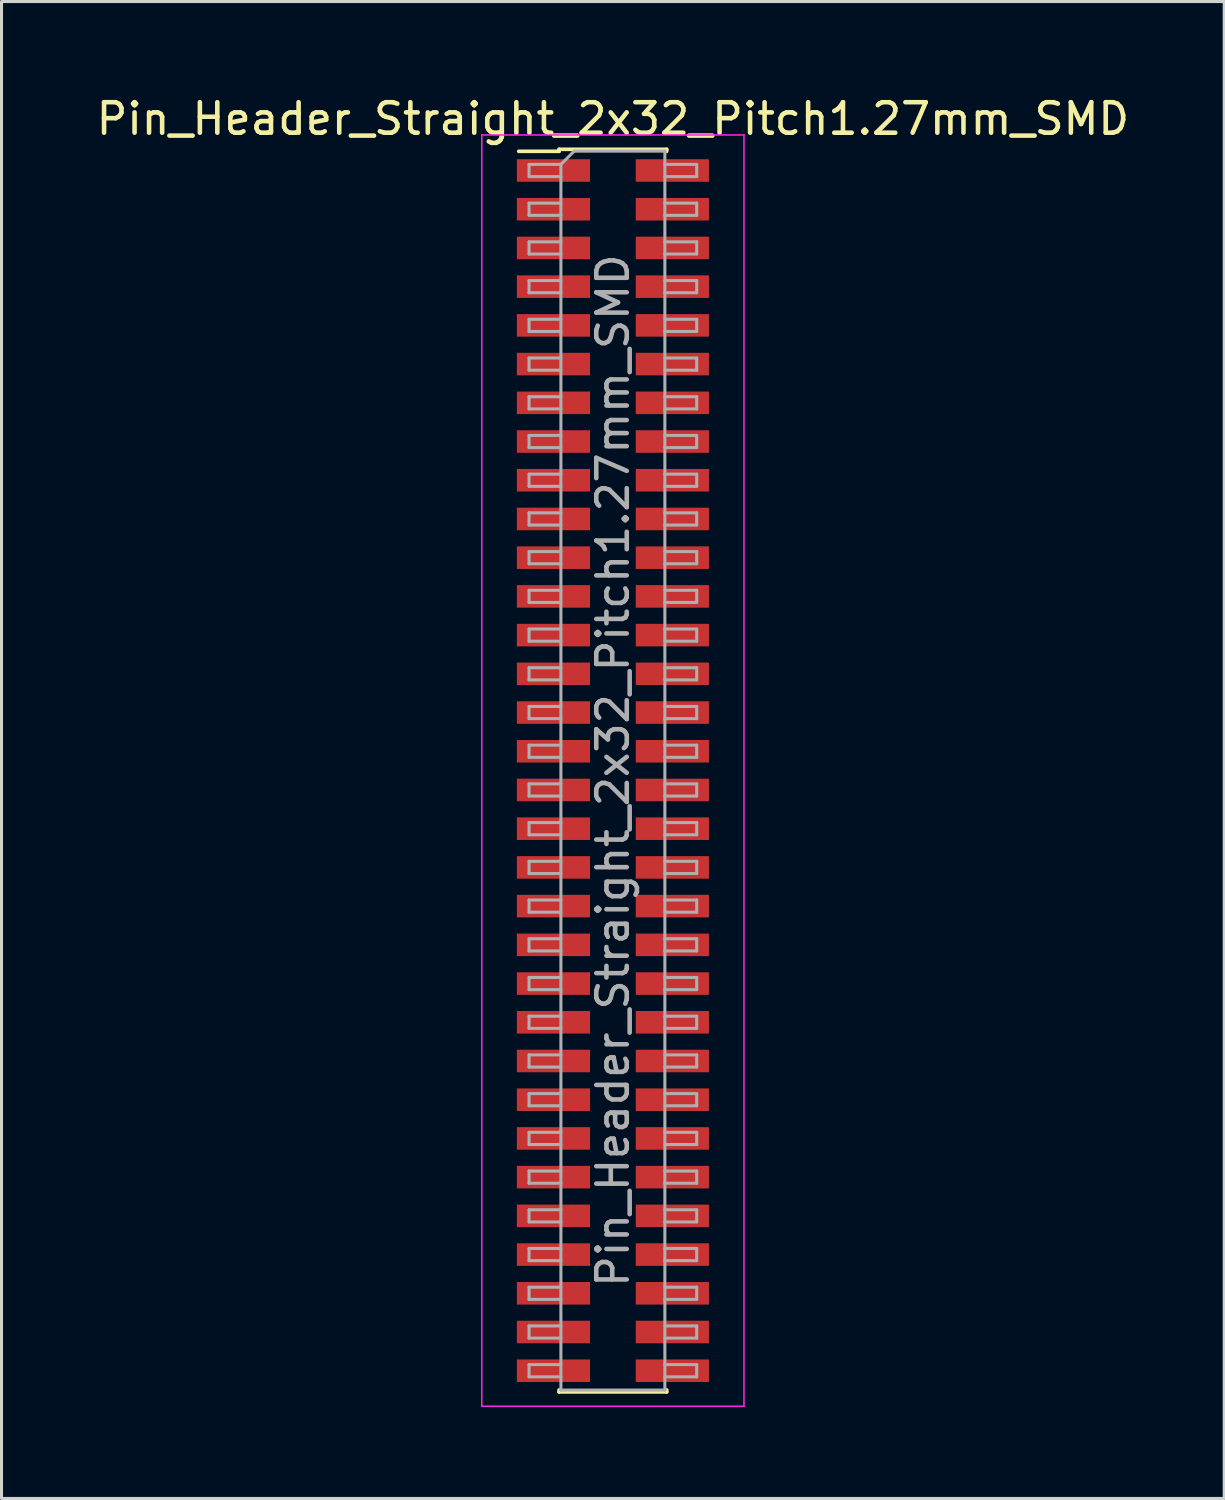
<source format=kicad_pcb>
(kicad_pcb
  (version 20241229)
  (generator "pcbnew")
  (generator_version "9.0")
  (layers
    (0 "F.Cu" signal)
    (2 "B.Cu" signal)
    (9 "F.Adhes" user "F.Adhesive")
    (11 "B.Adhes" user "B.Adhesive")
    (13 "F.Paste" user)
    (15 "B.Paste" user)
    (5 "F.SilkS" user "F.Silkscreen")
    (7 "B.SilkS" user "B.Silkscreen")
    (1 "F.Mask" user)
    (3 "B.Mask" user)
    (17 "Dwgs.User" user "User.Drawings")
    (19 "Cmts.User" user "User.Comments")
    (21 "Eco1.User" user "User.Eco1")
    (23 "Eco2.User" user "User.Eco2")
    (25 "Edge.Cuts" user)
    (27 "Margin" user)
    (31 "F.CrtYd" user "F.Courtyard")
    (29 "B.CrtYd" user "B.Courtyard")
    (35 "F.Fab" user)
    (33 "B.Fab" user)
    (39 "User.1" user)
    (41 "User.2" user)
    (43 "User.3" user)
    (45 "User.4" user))
  (footprint "Pin_Header_Straight_2x32_Pitch1.27mm_SMD"
    (layer "F.Cu")
    (at 17.054 22.228)
    (property "Reference" "Pin_Header_Straight_2x32_Pitch1.27mm_SMD" (at 0 -21.38 0) (layer "F.SilkS") (effects (font (size 1 1) (thickness 0.15))))
    (attr smd)
    (fp_line (start -3.09 -20.315) (end -1.765 -20.315) (stroke (width 0.12) (type solid)) (layer "F.SilkS"))
    (fp_line (start -1.765 -20.38) (end -1.765 -20.315) (stroke (width 0.12) (type solid)) (layer "F.SilkS"))
    (fp_line (start -1.765 -20.38) (end 1.765 -20.38) (stroke (width 0.12) (type solid)) (layer "F.SilkS"))
    (fp_line (start -1.765 20.315) (end -1.765 20.38) (stroke (width 0.12) (type solid)) (layer "F.SilkS"))
    (fp_line (start -1.765 20.38) (end 1.765 20.38) (stroke (width 0.12) (type solid)) (layer "F.SilkS"))
    (fp_line (start 1.765 -20.38) (end 1.765 -20.315) (stroke (width 0.12) (type solid)) (layer "F.SilkS"))
    (fp_line (start 1.765 20.315) (end 1.765 20.38) (stroke (width 0.12) (type solid)) (layer "F.SilkS"))
    (fp_line (start -4.3 -20.85) (end -4.3 20.85) (stroke (width 0.05) (type solid)) (layer "F.CrtYd"))
    (fp_line (start -4.3 20.85) (end 4.3 20.85) (stroke (width 0.05) (type solid)) (layer "F.CrtYd"))
    (fp_line (start 4.3 -20.85) (end -4.3 -20.85) (stroke (width 0.05) (type solid)) (layer "F.CrtYd"))
    (fp_line (start 4.3 20.85) (end 4.3 -20.85) (stroke (width 0.05) (type solid)) (layer "F.CrtYd"))
    (fp_line (start -2.75 -19.885) (end -2.75 -19.485) (stroke (width 0.1) (type solid)) (layer "F.Fab"))
    (fp_line (start -2.75 -19.485) (end -1.705 -19.485) (stroke (width 0.1) (type solid)) (layer "F.Fab"))
    (fp_line (start -2.75 -18.615) (end -2.75 -18.215) (stroke (width 0.1) (type solid)) (layer "F.Fab"))
    (fp_line (start -2.75 -18.215) (end -1.705 -18.215) (stroke (width 0.1) (type solid)) (layer "F.Fab"))
    (fp_line (start -2.75 -17.345) (end -2.75 -16.945) (stroke (width 0.1) (type solid)) (layer "F.Fab"))
    (fp_line (start -2.75 -16.945) (end -1.705 -16.945) (stroke (width 0.1) (type solid)) (layer "F.Fab"))
    (fp_line (start -2.75 -16.075) (end -2.75 -15.675) (stroke (width 0.1) (type solid)) (layer "F.Fab"))
    (fp_line (start -2.75 -15.675) (end -1.705 -15.675) (stroke (width 0.1) (type solid)) (layer "F.Fab"))
    (fp_line (start -2.75 -14.805) (end -2.75 -14.405) (stroke (width 0.1) (type solid)) (layer "F.Fab"))
    (fp_line (start -2.75 -14.405) (end -1.705 -14.405) (stroke (width 0.1) (type solid)) (layer "F.Fab"))
    (fp_line (start -2.75 -13.535) (end -2.75 -13.135) (stroke (width 0.1) (type solid)) (layer "F.Fab"))
    (fp_line (start -2.75 -13.135) (end -1.705 -13.135) (stroke (width 0.1) (type solid)) (layer "F.Fab"))
    (fp_line (start -2.75 -12.265) (end -2.75 -11.865) (stroke (width 0.1) (type solid)) (layer "F.Fab"))
    (fp_line (start -2.75 -11.865) (end -1.705 -11.865) (stroke (width 0.1) (type solid)) (layer "F.Fab"))
    (fp_line (start -2.75 -10.995) (end -2.75 -10.595) (stroke (width 0.1) (type solid)) (layer "F.Fab"))
    (fp_line (start -2.75 -10.595) (end -1.705 -10.595) (stroke (width 0.1) (type solid)) (layer "F.Fab"))
    (fp_line (start -2.75 -9.725) (end -2.75 -9.325) (stroke (width 0.1) (type solid)) (layer "F.Fab"))
    (fp_line (start -2.75 -9.325) (end -1.705 -9.325) (stroke (width 0.1) (type solid)) (layer "F.Fab"))
    (fp_line (start -2.75 -8.455) (end -2.75 -8.055) (stroke (width 0.1) (type solid)) (layer "F.Fab"))
    (fp_line (start -2.75 -8.055) (end -1.705 -8.055) (stroke (width 0.1) (type solid)) (layer "F.Fab"))
    (fp_line (start -2.75 -7.185) (end -2.75 -6.785) (stroke (width 0.1) (type solid)) (layer "F.Fab"))
    (fp_line (start -2.75 -6.785) (end -1.705 -6.785) (stroke (width 0.1) (type solid)) (layer "F.Fab"))
    (fp_line (start -2.75 -5.915) (end -2.75 -5.515) (stroke (width 0.1) (type solid)) (layer "F.Fab"))
    (fp_line (start -2.75 -5.515) (end -1.705 -5.515) (stroke (width 0.1) (type solid)) (layer "F.Fab"))
    (fp_line (start -2.75 -4.645) (end -2.75 -4.245) (stroke (width 0.1) (type solid)) (layer "F.Fab"))
    (fp_line (start -2.75 -4.245) (end -1.705 -4.245) (stroke (width 0.1) (type solid)) (layer "F.Fab"))
    (fp_line (start -2.75 -3.375) (end -2.75 -2.975) (stroke (width 0.1) (type solid)) (layer "F.Fab"))
    (fp_line (start -2.75 -2.975) (end -1.705 -2.975) (stroke (width 0.1) (type solid)) (layer "F.Fab"))
    (fp_line (start -2.75 -2.105) (end -2.75 -1.705) (stroke (width 0.1) (type solid)) (layer "F.Fab"))
    (fp_line (start -2.75 -1.705) (end -1.705 -1.705) (stroke (width 0.1) (type solid)) (layer "F.Fab"))
    (fp_line (start -2.75 -0.835) (end -2.75 -0.435) (stroke (width 0.1) (type solid)) (layer "F.Fab"))
    (fp_line (start -2.75 -0.435) (end -1.705 -0.435) (stroke (width 0.1) (type solid)) (layer "F.Fab"))
    (fp_line (start -2.75 0.435) (end -2.75 0.835) (stroke (width 0.1) (type solid)) (layer "F.Fab"))
    (fp_line (start -2.75 0.835) (end -1.705 0.835) (stroke (width 0.1) (type solid)) (layer "F.Fab"))
    (fp_line (start -2.75 1.705) (end -2.75 2.105) (stroke (width 0.1) (type solid)) (layer "F.Fab"))
    (fp_line (start -2.75 2.105) (end -1.705 2.105) (stroke (width 0.1) (type solid)) (layer "F.Fab"))
    (fp_line (start -2.75 2.975) (end -2.75 3.375) (stroke (width 0.1) (type solid)) (layer "F.Fab"))
    (fp_line (start -2.75 3.375) (end -1.705 3.375) (stroke (width 0.1) (type solid)) (layer "F.Fab"))
    (fp_line (start -2.75 4.245) (end -2.75 4.645) (stroke (width 0.1) (type solid)) (layer "F.Fab"))
    (fp_line (start -2.75 4.645) (end -1.705 4.645) (stroke (width 0.1) (type solid)) (layer "F.Fab"))
    (fp_line (start -2.75 5.515) (end -2.75 5.915) (stroke (width 0.1) (type solid)) (layer "F.Fab"))
    (fp_line (start -2.75 5.915) (end -1.705 5.915) (stroke (width 0.1) (type solid)) (layer "F.Fab"))
    (fp_line (start -2.75 6.785) (end -2.75 7.185) (stroke (width 0.1) (type solid)) (layer "F.Fab"))
    (fp_line (start -2.75 7.185) (end -1.705 7.185) (stroke (width 0.1) (type solid)) (layer "F.Fab"))
    (fp_line (start -2.75 8.055) (end -2.75 8.455) (stroke (width 0.1) (type solid)) (layer "F.Fab"))
    (fp_line (start -2.75 8.455) (end -1.705 8.455) (stroke (width 0.1) (type solid)) (layer "F.Fab"))
    (fp_line (start -2.75 9.325) (end -2.75 9.725) (stroke (width 0.1) (type solid)) (layer "F.Fab"))
    (fp_line (start -2.75 9.725) (end -1.705 9.725) (stroke (width 0.1) (type solid)) (layer "F.Fab"))
    (fp_line (start -2.75 10.595) (end -2.75 10.995) (stroke (width 0.1) (type solid)) (layer "F.Fab"))
    (fp_line (start -2.75 10.995) (end -1.705 10.995) (stroke (width 0.1) (type solid)) (layer "F.Fab"))
    (fp_line (start -2.75 11.865) (end -2.75 12.265) (stroke (width 0.1) (type solid)) (layer "F.Fab"))
    (fp_line (start -2.75 12.265) (end -1.705 12.265) (stroke (width 0.1) (type solid)) (layer "F.Fab"))
    (fp_line (start -2.75 13.135) (end -2.75 13.535) (stroke (width 0.1) (type solid)) (layer "F.Fab"))
    (fp_line (start -2.75 13.535) (end -1.705 13.535) (stroke (width 0.1) (type solid)) (layer "F.Fab"))
    (fp_line (start -2.75 14.405) (end -2.75 14.805) (stroke (width 0.1) (type solid)) (layer "F.Fab"))
    (fp_line (start -2.75 14.805) (end -1.705 14.805) (stroke (width 0.1) (type solid)) (layer "F.Fab"))
    (fp_line (start -2.75 15.675) (end -2.75 16.075) (stroke (width 0.1) (type solid)) (layer "F.Fab"))
    (fp_line (start -2.75 16.075) (end -1.705 16.075) (stroke (width 0.1) (type solid)) (layer "F.Fab"))
    (fp_line (start -2.75 16.945) (end -2.75 17.345) (stroke (width 0.1) (type solid)) (layer "F.Fab"))
    (fp_line (start -2.75 17.345) (end -1.705 17.345) (stroke (width 0.1) (type solid)) (layer "F.Fab"))
    (fp_line (start -2.75 18.215) (end -2.75 18.615) (stroke (width 0.1) (type solid)) (layer "F.Fab"))
    (fp_line (start -2.75 18.615) (end -1.705 18.615) (stroke (width 0.1) (type solid)) (layer "F.Fab"))
    (fp_line (start -2.75 19.485) (end -2.75 19.885) (stroke (width 0.1) (type solid)) (layer "F.Fab"))
    (fp_line (start -2.75 19.885) (end -1.705 19.885) (stroke (width 0.1) (type solid)) (layer "F.Fab"))
    (fp_line (start -1.705 -19.885) (end -2.75 -19.885) (stroke (width 0.1) (type solid)) (layer "F.Fab"))
    (fp_line (start -1.705 -19.885) (end -1.27 -20.32) (stroke (width 0.1) (type solid)) (layer "F.Fab"))
    (fp_line (start -1.705 -18.615) (end -2.75 -18.615) (stroke (width 0.1) (type solid)) (layer "F.Fab"))
    (fp_line (start -1.705 -17.345) (end -2.75 -17.345) (stroke (width 0.1) (type solid)) (layer "F.Fab"))
    (fp_line (start -1.705 -16.075) (end -2.75 -16.075) (stroke (width 0.1) (type solid)) (layer "F.Fab"))
    (fp_line (start -1.705 -14.805) (end -2.75 -14.805) (stroke (width 0.1) (type solid)) (layer "F.Fab"))
    (fp_line (start -1.705 -13.535) (end -2.75 -13.535) (stroke (width 0.1) (type solid)) (layer "F.Fab"))
    (fp_line (start -1.705 -12.265) (end -2.75 -12.265) (stroke (width 0.1) (type solid)) (layer "F.Fab"))
    (fp_line (start -1.705 -10.995) (end -2.75 -10.995) (stroke (width 0.1) (type solid)) (layer "F.Fab"))
    (fp_line (start -1.705 -9.725) (end -2.75 -9.725) (stroke (width 0.1) (type solid)) (layer "F.Fab"))
    (fp_line (start -1.705 -8.455) (end -2.75 -8.455) (stroke (width 0.1) (type solid)) (layer "F.Fab"))
    (fp_line (start -1.705 -7.185) (end -2.75 -7.185) (stroke (width 0.1) (type solid)) (layer "F.Fab"))
    (fp_line (start -1.705 -5.915) (end -2.75 -5.915) (stroke (width 0.1) (type solid)) (layer "F.Fab"))
    (fp_line (start -1.705 -4.645) (end -2.75 -4.645) (stroke (width 0.1) (type solid)) (layer "F.Fab"))
    (fp_line (start -1.705 -3.375) (end -2.75 -3.375) (stroke (width 0.1) (type solid)) (layer "F.Fab"))
    (fp_line (start -1.705 -2.105) (end -2.75 -2.105) (stroke (width 0.1) (type solid)) (layer "F.Fab"))
    (fp_line (start -1.705 -0.835) (end -2.75 -0.835) (stroke (width 0.1) (type solid)) (layer "F.Fab"))
    (fp_line (start -1.705 0.435) (end -2.75 0.435) (stroke (width 0.1) (type solid)) (layer "F.Fab"))
    (fp_line (start -1.705 1.705) (end -2.75 1.705) (stroke (width 0.1) (type solid)) (layer "F.Fab"))
    (fp_line (start -1.705 2.975) (end -2.75 2.975) (stroke (width 0.1) (type solid)) (layer "F.Fab"))
    (fp_line (start -1.705 4.245) (end -2.75 4.245) (stroke (width 0.1) (type solid)) (layer "F.Fab"))
    (fp_line (start -1.705 5.515) (end -2.75 5.515) (stroke (width 0.1) (type solid)) (layer "F.Fab"))
    (fp_line (start -1.705 6.785) (end -2.75 6.785) (stroke (width 0.1) (type solid)) (layer "F.Fab"))
    (fp_line (start -1.705 8.055) (end -2.75 8.055) (stroke (width 0.1) (type solid)) (layer "F.Fab"))
    (fp_line (start -1.705 9.325) (end -2.75 9.325) (stroke (width 0.1) (type solid)) (layer "F.Fab"))
    (fp_line (start -1.705 10.595) (end -2.75 10.595) (stroke (width 0.1) (type solid)) (layer "F.Fab"))
    (fp_line (start -1.705 11.865) (end -2.75 11.865) (stroke (width 0.1) (type solid)) (layer "F.Fab"))
    (fp_line (start -1.705 13.135) (end -2.75 13.135) (stroke (width 0.1) (type solid)) (layer "F.Fab"))
    (fp_line (start -1.705 14.405) (end -2.75 14.405) (stroke (width 0.1) (type solid)) (layer "F.Fab"))
    (fp_line (start -1.705 15.675) (end -2.75 15.675) (stroke (width 0.1) (type solid)) (layer "F.Fab"))
    (fp_line (start -1.705 16.945) (end -2.75 16.945) (stroke (width 0.1) (type solid)) (layer "F.Fab"))
    (fp_line (start -1.705 18.215) (end -2.75 18.215) (stroke (width 0.1) (type solid)) (layer "F.Fab"))
    (fp_line (start -1.705 19.485) (end -2.75 19.485) (stroke (width 0.1) (type solid)) (layer "F.Fab"))
    (fp_line (start -1.705 20.32) (end -1.705 -19.885) (stroke (width 0.1) (type solid)) (layer "F.Fab"))
    (fp_line (start -1.27 -20.32) (end 1.705 -20.32) (stroke (width 0.1) (type solid)) (layer "F.Fab"))
    (fp_line (start 1.705 -20.32) (end 1.705 20.32) (stroke (width 0.1) (type solid)) (layer "F.Fab"))
    (fp_line (start 1.705 -19.885) (end 2.75 -19.885) (stroke (width 0.1) (type solid)) (layer "F.Fab"))
    (fp_line (start 1.705 -18.615) (end 2.75 -18.615) (stroke (width 0.1) (type solid)) (layer "F.Fab"))
    (fp_line (start 1.705 -17.345) (end 2.75 -17.345) (stroke (width 0.1) (type solid)) (layer "F.Fab"))
    (fp_line (start 1.705 -16.075) (end 2.75 -16.075) (stroke (width 0.1) (type solid)) (layer "F.Fab"))
    (fp_line (start 1.705 -14.805) (end 2.75 -14.805) (stroke (width 0.1) (type solid)) (layer "F.Fab"))
    (fp_line (start 1.705 -13.535) (end 2.75 -13.535) (stroke (width 0.1) (type solid)) (layer "F.Fab"))
    (fp_line (start 1.705 -12.265) (end 2.75 -12.265) (stroke (width 0.1) (type solid)) (layer "F.Fab"))
    (fp_line (start 1.705 -10.995) (end 2.75 -10.995) (stroke (width 0.1) (type solid)) (layer "F.Fab"))
    (fp_line (start 1.705 -9.725) (end 2.75 -9.725) (stroke (width 0.1) (type solid)) (layer "F.Fab"))
    (fp_line (start 1.705 -8.455) (end 2.75 -8.455) (stroke (width 0.1) (type solid)) (layer "F.Fab"))
    (fp_line (start 1.705 -7.185) (end 2.75 -7.185) (stroke (width 0.1) (type solid)) (layer "F.Fab"))
    (fp_line (start 1.705 -5.915) (end 2.75 -5.915) (stroke (width 0.1) (type solid)) (layer "F.Fab"))
    (fp_line (start 1.705 -4.645) (end 2.75 -4.645) (stroke (width 0.1) (type solid)) (layer "F.Fab"))
    (fp_line (start 1.705 -3.375) (end 2.75 -3.375) (stroke (width 0.1) (type solid)) (layer "F.Fab"))
    (fp_line (start 1.705 -2.105) (end 2.75 -2.105) (stroke (width 0.1) (type solid)) (layer "F.Fab"))
    (fp_line (start 1.705 -0.835) (end 2.75 -0.835) (stroke (width 0.1) (type solid)) (layer "F.Fab"))
    (fp_line (start 1.705 0.435) (end 2.75 0.435) (stroke (width 0.1) (type solid)) (layer "F.Fab"))
    (fp_line (start 1.705 1.705) (end 2.75 1.705) (stroke (width 0.1) (type solid)) (layer "F.Fab"))
    (fp_line (start 1.705 2.975) (end 2.75 2.975) (stroke (width 0.1) (type solid)) (layer "F.Fab"))
    (fp_line (start 1.705 4.245) (end 2.75 4.245) (stroke (width 0.1) (type solid)) (layer "F.Fab"))
    (fp_line (start 1.705 5.515) (end 2.75 5.515) (stroke (width 0.1) (type solid)) (layer "F.Fab"))
    (fp_line (start 1.705 6.785) (end 2.75 6.785) (stroke (width 0.1) (type solid)) (layer "F.Fab"))
    (fp_line (start 1.705 8.055) (end 2.75 8.055) (stroke (width 0.1) (type solid)) (layer "F.Fab"))
    (fp_line (start 1.705 9.325) (end 2.75 9.325) (stroke (width 0.1) (type solid)) (layer "F.Fab"))
    (fp_line (start 1.705 10.595) (end 2.75 10.595) (stroke (width 0.1) (type solid)) (layer "F.Fab"))
    (fp_line (start 1.705 11.865) (end 2.75 11.865) (stroke (width 0.1) (type solid)) (layer "F.Fab"))
    (fp_line (start 1.705 13.135) (end 2.75 13.135) (stroke (width 0.1) (type solid)) (layer "F.Fab"))
    (fp_line (start 1.705 14.405) (end 2.75 14.405) (stroke (width 0.1) (type solid)) (layer "F.Fab"))
    (fp_line (start 1.705 15.675) (end 2.75 15.675) (stroke (width 0.1) (type solid)) (layer "F.Fab"))
    (fp_line (start 1.705 16.945) (end 2.75 16.945) (stroke (width 0.1) (type solid)) (layer "F.Fab"))
    (fp_line (start 1.705 18.215) (end 2.75 18.215) (stroke (width 0.1) (type solid)) (layer "F.Fab"))
    (fp_line (start 1.705 19.485) (end 2.75 19.485) (stroke (width 0.1) (type solid)) (layer "F.Fab"))
    (fp_line (start 1.705 20.32) (end -1.705 20.32) (stroke (width 0.1) (type solid)) (layer "F.Fab"))
    (fp_line (start 2.75 -19.885) (end 2.75 -19.485) (stroke (width 0.1) (type solid)) (layer "F.Fab"))
    (fp_line (start 2.75 -19.485) (end 1.705 -19.485) (stroke (width 0.1) (type solid)) (layer "F.Fab"))
    (fp_line (start 2.75 -18.615) (end 2.75 -18.215) (stroke (width 0.1) (type solid)) (layer "F.Fab"))
    (fp_line (start 2.75 -18.215) (end 1.705 -18.215) (stroke (width 0.1) (type solid)) (layer "F.Fab"))
    (fp_line (start 2.75 -17.345) (end 2.75 -16.945) (stroke (width 0.1) (type solid)) (layer "F.Fab"))
    (fp_line (start 2.75 -16.945) (end 1.705 -16.945) (stroke (width 0.1) (type solid)) (layer "F.Fab"))
    (fp_line (start 2.75 -16.075) (end 2.75 -15.675) (stroke (width 0.1) (type solid)) (layer "F.Fab"))
    (fp_line (start 2.75 -15.675) (end 1.705 -15.675) (stroke (width 0.1) (type solid)) (layer "F.Fab"))
    (fp_line (start 2.75 -14.805) (end 2.75 -14.405) (stroke (width 0.1) (type solid)) (layer "F.Fab"))
    (fp_line (start 2.75 -14.405) (end 1.705 -14.405) (stroke (width 0.1) (type solid)) (layer "F.Fab"))
    (fp_line (start 2.75 -13.535) (end 2.75 -13.135) (stroke (width 0.1) (type solid)) (layer "F.Fab"))
    (fp_line (start 2.75 -13.135) (end 1.705 -13.135) (stroke (width 0.1) (type solid)) (layer "F.Fab"))
    (fp_line (start 2.75 -12.265) (end 2.75 -11.865) (stroke (width 0.1) (type solid)) (layer "F.Fab"))
    (fp_line (start 2.75 -11.865) (end 1.705 -11.865) (stroke (width 0.1) (type solid)) (layer "F.Fab"))
    (fp_line (start 2.75 -10.995) (end 2.75 -10.595) (stroke (width 0.1) (type solid)) (layer "F.Fab"))
    (fp_line (start 2.75 -10.595) (end 1.705 -10.595) (stroke (width 0.1) (type solid)) (layer "F.Fab"))
    (fp_line (start 2.75 -9.725) (end 2.75 -9.325) (stroke (width 0.1) (type solid)) (layer "F.Fab"))
    (fp_line (start 2.75 -9.325) (end 1.705 -9.325) (stroke (width 0.1) (type solid)) (layer "F.Fab"))
    (fp_line (start 2.75 -8.455) (end 2.75 -8.055) (stroke (width 0.1) (type solid)) (layer "F.Fab"))
    (fp_line (start 2.75 -8.055) (end 1.705 -8.055) (stroke (width 0.1) (type solid)) (layer "F.Fab"))
    (fp_line (start 2.75 -7.185) (end 2.75 -6.785) (stroke (width 0.1) (type solid)) (layer "F.Fab"))
    (fp_line (start 2.75 -6.785) (end 1.705 -6.785) (stroke (width 0.1) (type solid)) (layer "F.Fab"))
    (fp_line (start 2.75 -5.915) (end 2.75 -5.515) (stroke (width 0.1) (type solid)) (layer "F.Fab"))
    (fp_line (start 2.75 -5.515) (end 1.705 -5.515) (stroke (width 0.1) (type solid)) (layer "F.Fab"))
    (fp_line (start 2.75 -4.645) (end 2.75 -4.245) (stroke (width 0.1) (type solid)) (layer "F.Fab"))
    (fp_line (start 2.75 -4.245) (end 1.705 -4.245) (stroke (width 0.1) (type solid)) (layer "F.Fab"))
    (fp_line (start 2.75 -3.375) (end 2.75 -2.975) (stroke (width 0.1) (type solid)) (layer "F.Fab"))
    (fp_line (start 2.75 -2.975) (end 1.705 -2.975) (stroke (width 0.1) (type solid)) (layer "F.Fab"))
    (fp_line (start 2.75 -2.105) (end 2.75 -1.705) (stroke (width 0.1) (type solid)) (layer "F.Fab"))
    (fp_line (start 2.75 -1.705) (end 1.705 -1.705) (stroke (width 0.1) (type solid)) (layer "F.Fab"))
    (fp_line (start 2.75 -0.835) (end 2.75 -0.435) (stroke (width 0.1) (type solid)) (layer "F.Fab"))
    (fp_line (start 2.75 -0.435) (end 1.705 -0.435) (stroke (width 0.1) (type solid)) (layer "F.Fab"))
    (fp_line (start 2.75 0.435) (end 2.75 0.835) (stroke (width 0.1) (type solid)) (layer "F.Fab"))
    (fp_line (start 2.75 0.835) (end 1.705 0.835) (stroke (width 0.1) (type solid)) (layer "F.Fab"))
    (fp_line (start 2.75 1.705) (end 2.75 2.105) (stroke (width 0.1) (type solid)) (layer "F.Fab"))
    (fp_line (start 2.75 2.105) (end 1.705 2.105) (stroke (width 0.1) (type solid)) (layer "F.Fab"))
    (fp_line (start 2.75 2.975) (end 2.75 3.375) (stroke (width 0.1) (type solid)) (layer "F.Fab"))
    (fp_line (start 2.75 3.375) (end 1.705 3.375) (stroke (width 0.1) (type solid)) (layer "F.Fab"))
    (fp_line (start 2.75 4.245) (end 2.75 4.645) (stroke (width 0.1) (type solid)) (layer "F.Fab"))
    (fp_line (start 2.75 4.645) (end 1.705 4.645) (stroke (width 0.1) (type solid)) (layer "F.Fab"))
    (fp_line (start 2.75 5.515) (end 2.75 5.915) (stroke (width 0.1) (type solid)) (layer "F.Fab"))
    (fp_line (start 2.75 5.915) (end 1.705 5.915) (stroke (width 0.1) (type solid)) (layer "F.Fab"))
    (fp_line (start 2.75 6.785) (end 2.75 7.185) (stroke (width 0.1) (type solid)) (layer "F.Fab"))
    (fp_line (start 2.75 7.185) (end 1.705 7.185) (stroke (width 0.1) (type solid)) (layer "F.Fab"))
    (fp_line (start 2.75 8.055) (end 2.75 8.455) (stroke (width 0.1) (type solid)) (layer "F.Fab"))
    (fp_line (start 2.75 8.455) (end 1.705 8.455) (stroke (width 0.1) (type solid)) (layer "F.Fab"))
    (fp_line (start 2.75 9.325) (end 2.75 9.725) (stroke (width 0.1) (type solid)) (layer "F.Fab"))
    (fp_line (start 2.75 9.725) (end 1.705 9.725) (stroke (width 0.1) (type solid)) (layer "F.Fab"))
    (fp_line (start 2.75 10.595) (end 2.75 10.995) (stroke (width 0.1) (type solid)) (layer "F.Fab"))
    (fp_line (start 2.75 10.995) (end 1.705 10.995) (stroke (width 0.1) (type solid)) (layer "F.Fab"))
    (fp_line (start 2.75 11.865) (end 2.75 12.265) (stroke (width 0.1) (type solid)) (layer "F.Fab"))
    (fp_line (start 2.75 12.265) (end 1.705 12.265) (stroke (width 0.1) (type solid)) (layer "F.Fab"))
    (fp_line (start 2.75 13.135) (end 2.75 13.535) (stroke (width 0.1) (type solid)) (layer "F.Fab"))
    (fp_line (start 2.75 13.535) (end 1.705 13.535) (stroke (width 0.1) (type solid)) (layer "F.Fab"))
    (fp_line (start 2.75 14.405) (end 2.75 14.805) (stroke (width 0.1) (type solid)) (layer "F.Fab"))
    (fp_line (start 2.75 14.805) (end 1.705 14.805) (stroke (width 0.1) (type solid)) (layer "F.Fab"))
    (fp_line (start 2.75 15.675) (end 2.75 16.075) (stroke (width 0.1) (type solid)) (layer "F.Fab"))
    (fp_line (start 2.75 16.075) (end 1.705 16.075) (stroke (width 0.1) (type solid)) (layer "F.Fab"))
    (fp_line (start 2.75 16.945) (end 2.75 17.345) (stroke (width 0.1) (type solid)) (layer "F.Fab"))
    (fp_line (start 2.75 17.345) (end 1.705 17.345) (stroke (width 0.1) (type solid)) (layer "F.Fab"))
    (fp_line (start 2.75 18.215) (end 2.75 18.615) (stroke (width 0.1) (type solid)) (layer "F.Fab"))
    (fp_line (start 2.75 18.615) (end 1.705 18.615) (stroke (width 0.1) (type solid)) (layer "F.Fab"))
    (fp_line (start 2.75 19.485) (end 2.75 19.885) (stroke (width 0.1) (type solid)) (layer "F.Fab"))
    (fp_line (start 2.75 19.885) (end 1.705 19.885) (stroke (width 0.1) (type solid)) (layer "F.Fab"))
    (fp_text user "${REFERENCE}" (at 0 0 90) (layer "F.Fab") (effects (font (size 1 1) (thickness 0.15))))
    (pad "1" smd rect (at -1.95 -19.685) (size 2.4 0.74) (layers "F.Cu" "F.Mask" "F.Paste"))
    (pad "2" smd rect (at 1.95 -19.685) (size 2.4 0.74) (layers "F.Cu" "F.Mask" "F.Paste"))
    (pad "3" smd rect (at -1.95 -18.415) (size 2.4 0.74) (layers "F.Cu" "F.Mask" "F.Paste"))
    (pad "4" smd rect (at 1.95 -18.415) (size 2.4 0.74) (layers "F.Cu" "F.Mask" "F.Paste"))
    (pad "5" smd rect (at -1.95 -17.145) (size 2.4 0.74) (layers "F.Cu" "F.Mask" "F.Paste"))
    (pad "6" smd rect (at 1.95 -17.145) (size 2.4 0.74) (layers "F.Cu" "F.Mask" "F.Paste"))
    (pad "7" smd rect (at -1.95 -15.875) (size 2.4 0.74) (layers "F.Cu" "F.Mask" "F.Paste"))
    (pad "8" smd rect (at 1.95 -15.875) (size 2.4 0.74) (layers "F.Cu" "F.Mask" "F.Paste"))
    (pad "9" smd rect (at -1.95 -14.605) (size 2.4 0.74) (layers "F.Cu" "F.Mask" "F.Paste"))
    (pad "10" smd rect (at 1.95 -14.605) (size 2.4 0.74) (layers "F.Cu" "F.Mask" "F.Paste"))
    (pad "11" smd rect (at -1.95 -13.335) (size 2.4 0.74) (layers "F.Cu" "F.Mask" "F.Paste"))
    (pad "12" smd rect (at 1.95 -13.335) (size 2.4 0.74) (layers "F.Cu" "F.Mask" "F.Paste"))
    (pad "13" smd rect (at -1.95 -12.065) (size 2.4 0.74) (layers "F.Cu" "F.Mask" "F.Paste"))
    (pad "14" smd rect (at 1.95 -12.065) (size 2.4 0.74) (layers "F.Cu" "F.Mask" "F.Paste"))
    (pad "15" smd rect (at -1.95 -10.795) (size 2.4 0.74) (layers "F.Cu" "F.Mask" "F.Paste"))
    (pad "16" smd rect (at 1.95 -10.795) (size 2.4 0.74) (layers "F.Cu" "F.Mask" "F.Paste"))
    (pad "17" smd rect (at -1.95 -9.525) (size 2.4 0.74) (layers "F.Cu" "F.Mask" "F.Paste"))
    (pad "18" smd rect (at 1.95 -9.525) (size 2.4 0.74) (layers "F.Cu" "F.Mask" "F.Paste"))
    (pad "19" smd rect (at -1.95 -8.255) (size 2.4 0.74) (layers "F.Cu" "F.Mask" "F.Paste"))
    (pad "20" smd rect (at 1.95 -8.255) (size 2.4 0.74) (layers "F.Cu" "F.Mask" "F.Paste"))
    (pad "21" smd rect (at -1.95 -6.985) (size 2.4 0.74) (layers "F.Cu" "F.Mask" "F.Paste"))
    (pad "22" smd rect (at 1.95 -6.985) (size 2.4 0.74) (layers "F.Cu" "F.Mask" "F.Paste"))
    (pad "23" smd rect (at -1.95 -5.715) (size 2.4 0.74) (layers "F.Cu" "F.Mask" "F.Paste"))
    (pad "24" smd rect (at 1.95 -5.715) (size 2.4 0.74) (layers "F.Cu" "F.Mask" "F.Paste"))
    (pad "25" smd rect (at -1.95 -4.445) (size 2.4 0.74) (layers "F.Cu" "F.Mask" "F.Paste"))
    (pad "26" smd rect (at 1.95 -4.445) (size 2.4 0.74) (layers "F.Cu" "F.Mask" "F.Paste"))
    (pad "27" smd rect (at -1.95 -3.175) (size 2.4 0.74) (layers "F.Cu" "F.Mask" "F.Paste"))
    (pad "28" smd rect (at 1.95 -3.175) (size 2.4 0.74) (layers "F.Cu" "F.Mask" "F.Paste"))
    (pad "29" smd rect (at -1.95 -1.905) (size 2.4 0.74) (layers "F.Cu" "F.Mask" "F.Paste"))
    (pad "30" smd rect (at 1.95 -1.905) (size 2.4 0.74) (layers "F.Cu" "F.Mask" "F.Paste"))
    (pad "31" smd rect (at -1.95 -0.635) (size 2.4 0.74) (layers "F.Cu" "F.Mask" "F.Paste"))
    (pad "32" smd rect (at 1.95 -0.635) (size 2.4 0.74) (layers "F.Cu" "F.Mask" "F.Paste"))
    (pad "33" smd rect (at -1.95 0.635) (size 2.4 0.74) (layers "F.Cu" "F.Mask" "F.Paste"))
    (pad "34" smd rect (at 1.95 0.635) (size 2.4 0.74) (layers "F.Cu" "F.Mask" "F.Paste"))
    (pad "35" smd rect (at -1.95 1.905) (size 2.4 0.74) (layers "F.Cu" "F.Mask" "F.Paste"))
    (pad "36" smd rect (at 1.95 1.905) (size 2.4 0.74) (layers "F.Cu" "F.Mask" "F.Paste"))
    (pad "37" smd rect (at -1.95 3.175) (size 2.4 0.74) (layers "F.Cu" "F.Mask" "F.Paste"))
    (pad "38" smd rect (at 1.95 3.175) (size 2.4 0.74) (layers "F.Cu" "F.Mask" "F.Paste"))
    (pad "39" smd rect (at -1.95 4.445) (size 2.4 0.74) (layers "F.Cu" "F.Mask" "F.Paste"))
    (pad "40" smd rect (at 1.95 4.445) (size 2.4 0.74) (layers "F.Cu" "F.Mask" "F.Paste"))
    (pad "41" smd rect (at -1.95 5.715) (size 2.4 0.74) (layers "F.Cu" "F.Mask" "F.Paste"))
    (pad "42" smd rect (at 1.95 5.715) (size 2.4 0.74) (layers "F.Cu" "F.Mask" "F.Paste"))
    (pad "43" smd rect (at -1.95 6.985) (size 2.4 0.74) (layers "F.Cu" "F.Mask" "F.Paste"))
    (pad "44" smd rect (at 1.95 6.985) (size 2.4 0.74) (layers "F.Cu" "F.Mask" "F.Paste"))
    (pad "45" smd rect (at -1.95 8.255) (size 2.4 0.74) (layers "F.Cu" "F.Mask" "F.Paste"))
    (pad "46" smd rect (at 1.95 8.255) (size 2.4 0.74) (layers "F.Cu" "F.Mask" "F.Paste"))
    (pad "47" smd rect (at -1.95 9.525) (size 2.4 0.74) (layers "F.Cu" "F.Mask" "F.Paste"))
    (pad "48" smd rect (at 1.95 9.525) (size 2.4 0.74) (layers "F.Cu" "F.Mask" "F.Paste"))
    (pad "49" smd rect (at -1.95 10.795) (size 2.4 0.74) (layers "F.Cu" "F.Mask" "F.Paste"))
    (pad "50" smd rect (at 1.95 10.795) (size 2.4 0.74) (layers "F.Cu" "F.Mask" "F.Paste"))
    (pad "51" smd rect (at -1.95 12.065) (size 2.4 0.74) (layers "F.Cu" "F.Mask" "F.Paste"))
    (pad "52" smd rect (at 1.95 12.065) (size 2.4 0.74) (layers "F.Cu" "F.Mask" "F.Paste"))
    (pad "53" smd rect (at -1.95 13.335) (size 2.4 0.74) (layers "F.Cu" "F.Mask" "F.Paste"))
    (pad "54" smd rect (at 1.95 13.335) (size 2.4 0.74) (layers "F.Cu" "F.Mask" "F.Paste"))
    (pad "55" smd rect (at -1.95 14.605) (size 2.4 0.74) (layers "F.Cu" "F.Mask" "F.Paste"))
    (pad "56" smd rect (at 1.95 14.605) (size 2.4 0.74) (layers "F.Cu" "F.Mask" "F.Paste"))
    (pad "57" smd rect (at -1.95 15.875) (size 2.4 0.74) (layers "F.Cu" "F.Mask" "F.Paste"))
    (pad "58" smd rect (at 1.95 15.875) (size 2.4 0.74) (layers "F.Cu" "F.Mask" "F.Paste"))
    (pad "59" smd rect (at -1.95 17.145) (size 2.4 0.74) (layers "F.Cu" "F.Mask" "F.Paste"))
    (pad "60" smd rect (at 1.95 17.145) (size 2.4 0.74) (layers "F.Cu" "F.Mask" "F.Paste"))
    (pad "61" smd rect (at -1.95 18.415) (size 2.4 0.74) (layers "F.Cu" "F.Mask" "F.Paste"))
    (pad "62" smd rect (at 1.95 18.415) (size 2.4 0.74) (layers "F.Cu" "F.Mask" "F.Paste"))
    (pad "63" smd rect (at -1.95 19.685) (size 2.4 0.74) (layers "F.Cu" "F.Mask" "F.Paste"))
    (pad "64" smd rect (at 1.95 19.685) (size 2.4 0.74) (layers "F.Cu" "F.Mask" "F.Paste")))
  (gr_rect
    (start -3 -3)
    (end 37.107 46.103)
    (stroke (width 0.1) (type default))
    (fill no)
    (layer "Edge.Cuts")))
</source>
